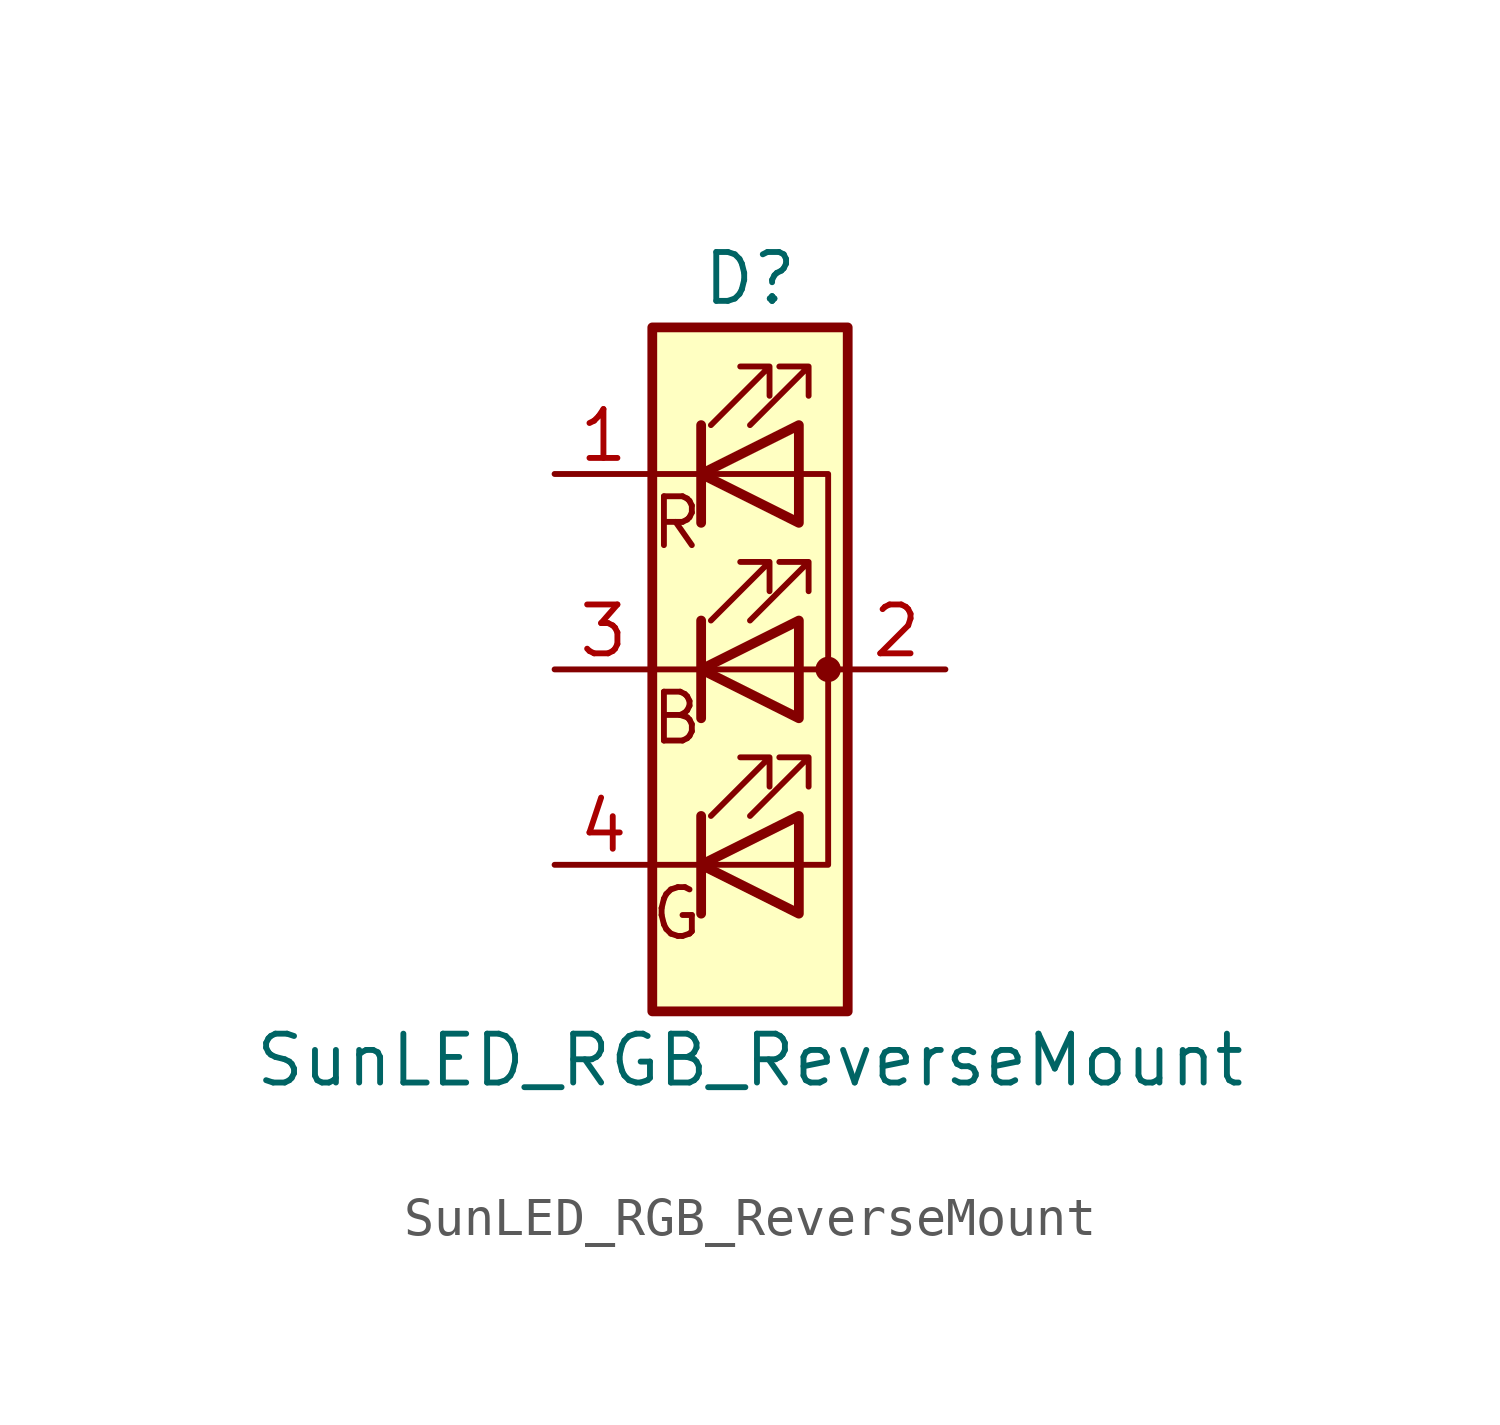
<source format=kicad_sym>
(kicad_symbol_lib
  (version 20220914)
  (generator kicad_symbol_editor)
  (symbol "SunLED_RGB_ReverseMount"
    (pin_names
      (offset 0) hide)
    (property "Reference" "D"
      (at 0 10.16 0)
      (effects (font (size 1.27 1.27))))
    (property "Value" "SunLED_RGB_ReverseMount"
      (at 0 -10.16 0)
      (effects (font (size 1.27 1.27))))
    (symbol "SunLED_RGB_ReverseMount_0_0"
      (text "B" (at -1.905 -1.27 0) (effects (font (size 1.27 1.27))))
      (text "G" (at -1.905 -6.35 0) (effects (font (size 1.27 1.27))))
      (text "R" (at -1.905 3.81 0) (effects (font (size 1.27 1.27)))))
    (symbol "SunLED_RGB_ReverseMount_0_1"
      (rectangle (start -2.54 -8.89) (end 2.54 8.89) (stroke (width 0.254) (type solid)) (fill (type background)))
      (polyline (pts (xy -2.54 -5.08) (xy 1.27 -5.08)) (stroke (width 0) (type solid)) (fill (type none)))
      (polyline (pts (xy -1.27 -3.81) (xy -1.27 -6.35)) (stroke (width 0.254) (type solid)) (fill (type none)))
      (polyline (pts (xy -1.27 1.27) (xy -1.27 -1.27)) (stroke (width 0.254) (type solid)) (fill (type none)))
      (polyline (pts (xy -1.27 6.35) (xy -1.27 3.81)) (stroke (width 0.254) (type solid)) (fill (type none)))
      (polyline (pts (xy 1.27 5.08) (xy -2.54 5.08)) (stroke (width 0) (type solid)) (fill (type none)))
      (polyline (pts (xy 2.54 0) (xy -2.54 0)) (stroke (width 0) (type solid)) (fill (type none)))
      (polyline (pts (xy 1.27 -5.08) (xy 2.032 -5.08) (xy 2.032 5.08) (xy 1.27 5.08)) (stroke (width 0) (type solid)) (fill (type none)))
      (polyline (pts (xy 1.27 -3.81) (xy 1.27 -6.35) (xy -1.27 -5.08) (xy 1.27 -3.81)) (stroke (width 0.254) (type solid)) (fill (type none)))
      (polyline (pts (xy 1.27 1.27) (xy 1.27 -1.27) (xy -1.27 0) (xy 1.27 1.27)) (stroke (width 0.254) (type solid)) (fill (type none)))
      (polyline (pts (xy 1.27 6.35) (xy 1.27 3.81) (xy -1.27 5.08) (xy 1.27 6.35)) (stroke (width 0.254) (type solid)) (fill (type none)))
      (polyline (pts (xy -1.016 -3.81) (xy 0.508 -2.286) (xy -0.254 -2.286) (xy 0.508 -2.286) (xy 0.508 -3.048)) (stroke (width 0) (type solid)) (fill (type none)))
      (polyline (pts (xy -1.016 1.27) (xy 0.508 2.794) (xy -0.254 2.794) (xy 0.508 2.794) (xy 0.508 2.032)) (stroke (width 0) (type solid)) (fill (type none)))
      (polyline (pts (xy -1.016 6.35) (xy 0.508 7.874) (xy -0.254 7.874) (xy 0.508 7.874) (xy 0.508 7.112)) (stroke (width 0) (type solid)) (fill (type none)))
      (polyline (pts (xy 0 -3.81) (xy 1.524 -2.286) (xy 0.762 -2.286) (xy 1.524 -2.286) (xy 1.524 -3.048)) (stroke (width 0) (type solid)) (fill (type none)))
      (polyline (pts (xy 0 1.27) (xy 1.524 2.794) (xy 0.762 2.794) (xy 1.524 2.794) (xy 1.524 2.032)) (stroke (width 0) (type solid)) (fill (type none)))
      (polyline (pts (xy 0 6.35) (xy 1.524 7.874) (xy 0.762 7.874) (xy 1.524 7.874) (xy 1.524 7.112)) (stroke (width 0) (type solid)) (fill (type none)))
      (rectangle (start 1.27 6.35) (end 1.27 6.35) (stroke (width 0) (type solid)) (fill (type none)))
      (circle (center 2.032 0) (radius 0.254) (stroke (width 0) (type solid)) (fill (type outline))))
    (symbol "SunLED_RGB_ReverseMount_1_1"
      (pin input line (at -5.08 5.08 0) (length 2.54) (name "R" (effects (font (size 1.27 1.27)))) (number "1" (effects (font (size 1.27 1.27)))))
      (pin power_in line (at 5.08 0 180) (length 2.54) (name "A" (effects (font (size 1.27 1.27)))) (number "2" (effects (font (size 1.27 1.27)))))
      (pin input line (at -5.08 0 0) (length 2.54) (name "B" (effects (font (size 1.27 1.27)))) (number "3" (effects (font (size 1.27 1.27)))))
      (pin input line (at -5.08 -5.08 0) (length 2.54) (name "G" (effects (font (size 1.27 1.27)))) (number "4" (effects (font (size 1.27 1.27))))))))
</source>
